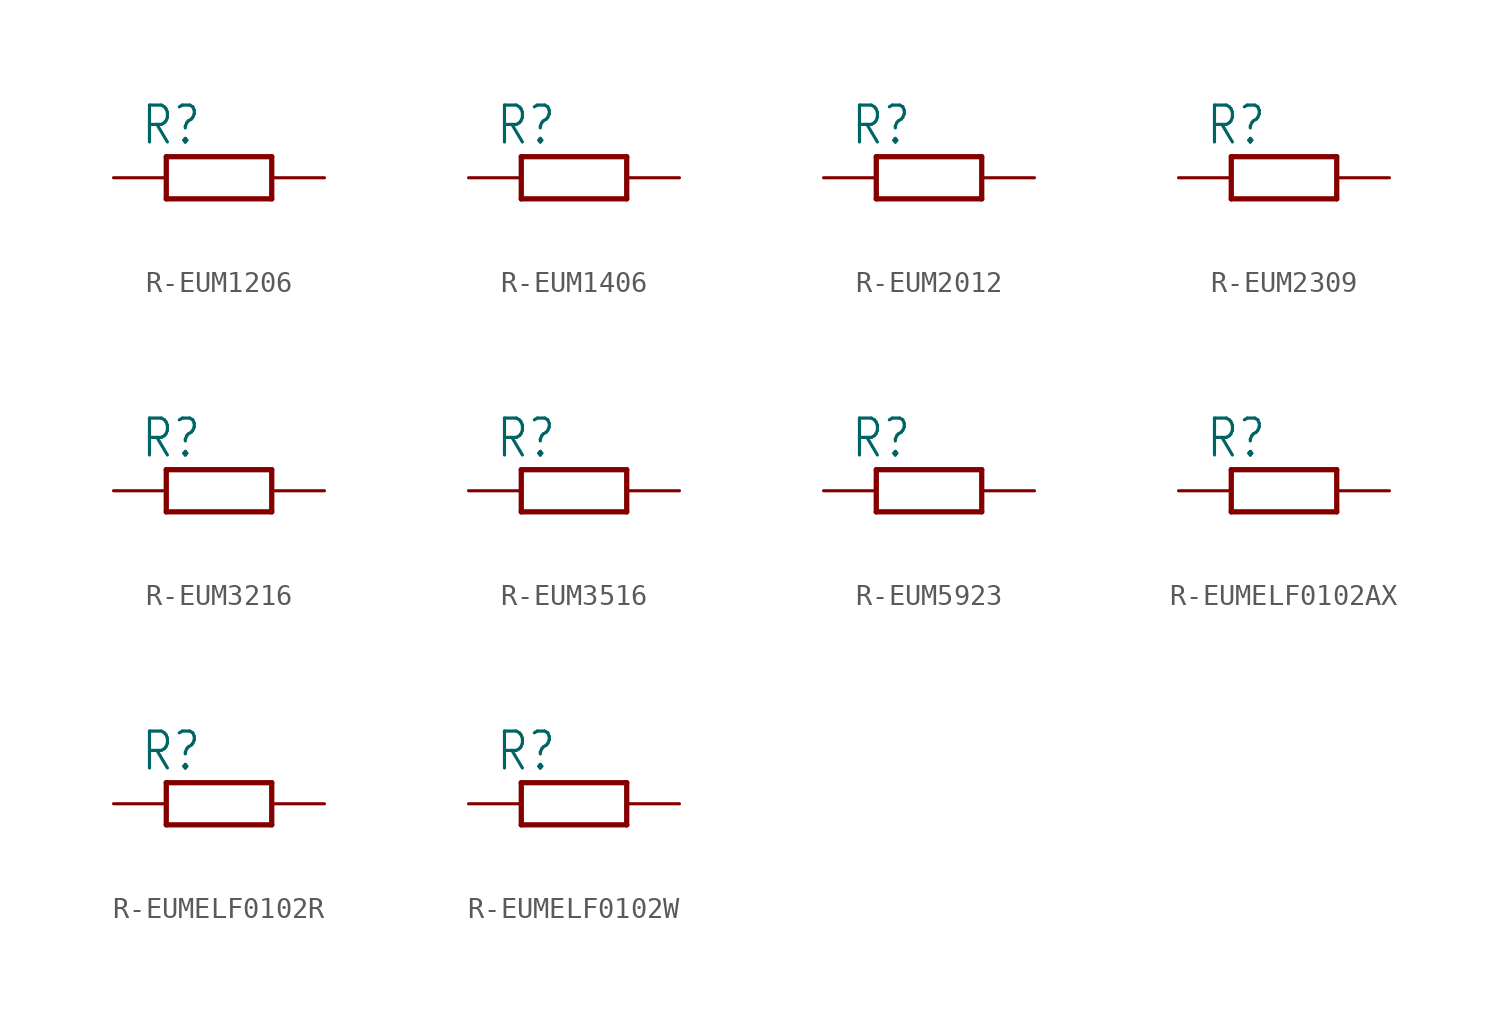
<source format=kicad_sym>
(kicad_symbol_lib
  (version 20220914)
  (generator kicad_symbol_editor)
  (symbol "R-EUM1206"
    (property "Reference" "R"
      (at -3.81 1.499 0)
      (effects (font (size 1.778 1.511)) (justify left bottom)))
    (property "Value" ""
      (at -3.81 -3.302 0)
      (effects (font (size 1.778 1.511)) (justify left bottom)))
    (property "ki_locked" ""
      (at 0 0 0)
      (effects (font (size 1.27 1.27))))
    (symbol "R-EUM1206_1_0"
      (polyline (pts (xy -2.54 -1.016) (xy -2.54 1.016)) (stroke (width 0.254) (type solid)) (fill (type none)))
      (polyline (pts (xy -2.54 1.016) (xy 2.54 1.016)) (stroke (width 0.254) (type solid)) (fill (type none)))
      (polyline (pts (xy 2.54 -1.016) (xy -2.54 -1.016)) (stroke (width 0.254) (type solid)) (fill (type none)))
      (polyline (pts (xy 2.54 1.016) (xy 2.54 -1.016)) (stroke (width 0.254) (type solid)) (fill (type none)))
      (pin passive line (at -5.08 0 0) (length 2.54) (name "1" (effects (font (size 0 0)))) (number "1" (effects (font (size 0 0)))))
      (pin passive line (at 5.08 0 180) (length 2.54) (name "2" (effects (font (size 0 0)))) (number "2" (effects (font (size 0 0)))))))
  (symbol "R-EUM1406"
    (property "Reference" "R"
      (at -3.81 1.499 0)
      (effects (font (size 1.778 1.511)) (justify left bottom)))
    (property "Value" ""
      (at -3.81 -3.302 0)
      (effects (font (size 1.778 1.511)) (justify left bottom)))
    (property "ki_locked" ""
      (at 0 0 0)
      (effects (font (size 1.27 1.27))))
    (symbol "R-EUM1406_1_0"
      (polyline (pts (xy -2.54 -1.016) (xy -2.54 1.016)) (stroke (width 0.254) (type solid)) (fill (type none)))
      (polyline (pts (xy -2.54 1.016) (xy 2.54 1.016)) (stroke (width 0.254) (type solid)) (fill (type none)))
      (polyline (pts (xy 2.54 -1.016) (xy -2.54 -1.016)) (stroke (width 0.254) (type solid)) (fill (type none)))
      (polyline (pts (xy 2.54 1.016) (xy 2.54 -1.016)) (stroke (width 0.254) (type solid)) (fill (type none)))
      (pin passive line (at -5.08 0 0) (length 2.54) (name "1" (effects (font (size 0 0)))) (number "1" (effects (font (size 0 0)))))
      (pin passive line (at 5.08 0 180) (length 2.54) (name "2" (effects (font (size 0 0)))) (number "2" (effects (font (size 0 0)))))))
  (symbol "R-EUM2012"
    (property "Reference" "R"
      (at -3.81 1.499 0)
      (effects (font (size 1.778 1.511)) (justify left bottom)))
    (property "Value" ""
      (at -3.81 -3.302 0)
      (effects (font (size 1.778 1.511)) (justify left bottom)))
    (property "ki_locked" ""
      (at 0 0 0)
      (effects (font (size 1.27 1.27))))
    (symbol "R-EUM2012_1_0"
      (polyline (pts (xy -2.54 -1.016) (xy -2.54 1.016)) (stroke (width 0.254) (type solid)) (fill (type none)))
      (polyline (pts (xy -2.54 1.016) (xy 2.54 1.016)) (stroke (width 0.254) (type solid)) (fill (type none)))
      (polyline (pts (xy 2.54 -1.016) (xy -2.54 -1.016)) (stroke (width 0.254) (type solid)) (fill (type none)))
      (polyline (pts (xy 2.54 1.016) (xy 2.54 -1.016)) (stroke (width 0.254) (type solid)) (fill (type none)))
      (pin passive line (at -5.08 0 0) (length 2.54) (name "1" (effects (font (size 0 0)))) (number "1" (effects (font (size 0 0)))))
      (pin passive line (at 5.08 0 180) (length 2.54) (name "2" (effects (font (size 0 0)))) (number "2" (effects (font (size 0 0)))))))
  (symbol "R-EUM2309"
    (property "Reference" "R"
      (at -3.81 1.499 0)
      (effects (font (size 1.778 1.511)) (justify left bottom)))
    (property "Value" ""
      (at -3.81 -3.302 0)
      (effects (font (size 1.778 1.511)) (justify left bottom)))
    (property "ki_locked" ""
      (at 0 0 0)
      (effects (font (size 1.27 1.27))))
    (symbol "R-EUM2309_1_0"
      (polyline (pts (xy -2.54 -1.016) (xy -2.54 1.016)) (stroke (width 0.254) (type solid)) (fill (type none)))
      (polyline (pts (xy -2.54 1.016) (xy 2.54 1.016)) (stroke (width 0.254) (type solid)) (fill (type none)))
      (polyline (pts (xy 2.54 -1.016) (xy -2.54 -1.016)) (stroke (width 0.254) (type solid)) (fill (type none)))
      (polyline (pts (xy 2.54 1.016) (xy 2.54 -1.016)) (stroke (width 0.254) (type solid)) (fill (type none)))
      (pin passive line (at -5.08 0 0) (length 2.54) (name "1" (effects (font (size 0 0)))) (number "1" (effects (font (size 0 0)))))
      (pin passive line (at 5.08 0 180) (length 2.54) (name "2" (effects (font (size 0 0)))) (number "2" (effects (font (size 0 0)))))))
  (symbol "R-EUM3216"
    (property "Reference" "R"
      (at -3.81 1.499 0)
      (effects (font (size 1.778 1.511)) (justify left bottom)))
    (property "Value" ""
      (at -3.81 -3.302 0)
      (effects (font (size 1.778 1.511)) (justify left bottom)))
    (property "ki_locked" ""
      (at 0 0 0)
      (effects (font (size 1.27 1.27))))
    (symbol "R-EUM3216_1_0"
      (polyline (pts (xy -2.54 -1.016) (xy -2.54 1.016)) (stroke (width 0.254) (type solid)) (fill (type none)))
      (polyline (pts (xy -2.54 1.016) (xy 2.54 1.016)) (stroke (width 0.254) (type solid)) (fill (type none)))
      (polyline (pts (xy 2.54 -1.016) (xy -2.54 -1.016)) (stroke (width 0.254) (type solid)) (fill (type none)))
      (polyline (pts (xy 2.54 1.016) (xy 2.54 -1.016)) (stroke (width 0.254) (type solid)) (fill (type none)))
      (pin passive line (at -5.08 0 0) (length 2.54) (name "1" (effects (font (size 0 0)))) (number "1" (effects (font (size 0 0)))))
      (pin passive line (at 5.08 0 180) (length 2.54) (name "2" (effects (font (size 0 0)))) (number "2" (effects (font (size 0 0)))))))
  (symbol "R-EUM3516"
    (property "Reference" "R"
      (at -3.81 1.499 0)
      (effects (font (size 1.778 1.511)) (justify left bottom)))
    (property "Value" ""
      (at -3.81 -3.302 0)
      (effects (font (size 1.778 1.511)) (justify left bottom)))
    (property "ki_locked" ""
      (at 0 0 0)
      (effects (font (size 1.27 1.27))))
    (symbol "R-EUM3516_1_0"
      (polyline (pts (xy -2.54 -1.016) (xy -2.54 1.016)) (stroke (width 0.254) (type solid)) (fill (type none)))
      (polyline (pts (xy -2.54 1.016) (xy 2.54 1.016)) (stroke (width 0.254) (type solid)) (fill (type none)))
      (polyline (pts (xy 2.54 -1.016) (xy -2.54 -1.016)) (stroke (width 0.254) (type solid)) (fill (type none)))
      (polyline (pts (xy 2.54 1.016) (xy 2.54 -1.016)) (stroke (width 0.254) (type solid)) (fill (type none)))
      (pin passive line (at -5.08 0 0) (length 2.54) (name "1" (effects (font (size 0 0)))) (number "1" (effects (font (size 0 0)))))
      (pin passive line (at 5.08 0 180) (length 2.54) (name "2" (effects (font (size 0 0)))) (number "2" (effects (font (size 0 0)))))))
  (symbol "R-EUM5923"
    (property "Reference" "R"
      (at -3.81 1.499 0)
      (effects (font (size 1.778 1.511)) (justify left bottom)))
    (property "Value" ""
      (at -3.81 -3.302 0)
      (effects (font (size 1.778 1.511)) (justify left bottom)))
    (property "ki_locked" ""
      (at 0 0 0)
      (effects (font (size 1.27 1.27))))
    (symbol "R-EUM5923_1_0"
      (polyline (pts (xy -2.54 -1.016) (xy -2.54 1.016)) (stroke (width 0.254) (type solid)) (fill (type none)))
      (polyline (pts (xy -2.54 1.016) (xy 2.54 1.016)) (stroke (width 0.254) (type solid)) (fill (type none)))
      (polyline (pts (xy 2.54 -1.016) (xy -2.54 -1.016)) (stroke (width 0.254) (type solid)) (fill (type none)))
      (polyline (pts (xy 2.54 1.016) (xy 2.54 -1.016)) (stroke (width 0.254) (type solid)) (fill (type none)))
      (pin passive line (at -5.08 0 0) (length 2.54) (name "1" (effects (font (size 0 0)))) (number "1" (effects (font (size 0 0)))))
      (pin passive line (at 5.08 0 180) (length 2.54) (name "2" (effects (font (size 0 0)))) (number "2" (effects (font (size 0 0)))))))
  (symbol "R-EUMELF0102AX"
    (property "Reference" "R"
      (at -3.81 1.499 0)
      (effects (font (size 1.778 1.511)) (justify left bottom)))
    (property "Value" ""
      (at -3.81 -3.302 0)
      (effects (font (size 1.778 1.511)) (justify left bottom)))
    (property "ki_locked" ""
      (at 0 0 0)
      (effects (font (size 1.27 1.27))))
    (symbol "R-EUMELF0102AX_1_0"
      (polyline (pts (xy -2.54 -1.016) (xy -2.54 1.016)) (stroke (width 0.254) (type solid)) (fill (type none)))
      (polyline (pts (xy -2.54 1.016) (xy 2.54 1.016)) (stroke (width 0.254) (type solid)) (fill (type none)))
      (polyline (pts (xy 2.54 -1.016) (xy -2.54 -1.016)) (stroke (width 0.254) (type solid)) (fill (type none)))
      (polyline (pts (xy 2.54 1.016) (xy 2.54 -1.016)) (stroke (width 0.254) (type solid)) (fill (type none)))
      (pin passive line (at -5.08 0 0) (length 2.54) (name "1" (effects (font (size 0 0)))) (number "1" (effects (font (size 0 0)))))
      (pin passive line (at 5.08 0 180) (length 2.54) (name "2" (effects (font (size 0 0)))) (number "2" (effects (font (size 0 0)))))))
  (symbol "R-EUMELF0102R"
    (property "Reference" "R"
      (at -3.81 1.499 0)
      (effects (font (size 1.778 1.511)) (justify left bottom)))
    (property "Value" ""
      (at -3.81 -3.302 0)
      (effects (font (size 1.778 1.511)) (justify left bottom)))
    (property "ki_locked" ""
      (at 0 0 0)
      (effects (font (size 1.27 1.27))))
    (symbol "R-EUMELF0102R_1_0"
      (polyline (pts (xy -2.54 -1.016) (xy -2.54 1.016)) (stroke (width 0.254) (type solid)) (fill (type none)))
      (polyline (pts (xy -2.54 1.016) (xy 2.54 1.016)) (stroke (width 0.254) (type solid)) (fill (type none)))
      (polyline (pts (xy 2.54 -1.016) (xy -2.54 -1.016)) (stroke (width 0.254) (type solid)) (fill (type none)))
      (polyline (pts (xy 2.54 1.016) (xy 2.54 -1.016)) (stroke (width 0.254) (type solid)) (fill (type none)))
      (pin passive line (at -5.08 0 0) (length 2.54) (name "1" (effects (font (size 0 0)))) (number "1" (effects (font (size 0 0)))))
      (pin passive line (at 5.08 0 180) (length 2.54) (name "2" (effects (font (size 0 0)))) (number "2" (effects (font (size 0 0)))))))
  (symbol "R-EUMELF0102W"
    (property "Reference" "R"
      (at -3.81 1.499 0)
      (effects (font (size 1.778 1.511)) (justify left bottom)))
    (property "Value" ""
      (at -3.81 -3.302 0)
      (effects (font (size 1.778 1.511)) (justify left bottom)))
    (property "ki_locked" ""
      (at 0 0 0)
      (effects (font (size 1.27 1.27))))
    (symbol "R-EUMELF0102W_1_0"
      (polyline (pts (xy -2.54 -1.016) (xy -2.54 1.016)) (stroke (width 0.254) (type solid)) (fill (type none)))
      (polyline (pts (xy -2.54 1.016) (xy 2.54 1.016)) (stroke (width 0.254) (type solid)) (fill (type none)))
      (polyline (pts (xy 2.54 -1.016) (xy -2.54 -1.016)) (stroke (width 0.254) (type solid)) (fill (type none)))
      (polyline (pts (xy 2.54 1.016) (xy 2.54 -1.016)) (stroke (width 0.254) (type solid)) (fill (type none)))
      (pin passive line (at -5.08 0 0) (length 2.54) (name "1" (effects (font (size 0 0)))) (number "1" (effects (font (size 0 0)))))
      (pin passive line (at 5.08 0 180) (length 2.54) (name "2" (effects (font (size 0 0)))) (number "2" (effects (font (size 0 0))))))))
</source>
